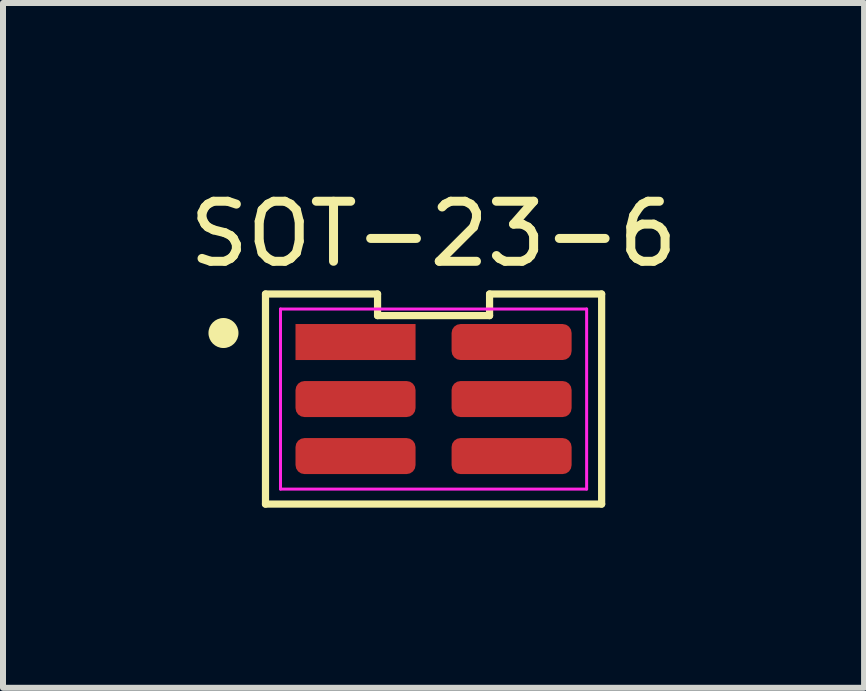
<source format=kicad_pcb>
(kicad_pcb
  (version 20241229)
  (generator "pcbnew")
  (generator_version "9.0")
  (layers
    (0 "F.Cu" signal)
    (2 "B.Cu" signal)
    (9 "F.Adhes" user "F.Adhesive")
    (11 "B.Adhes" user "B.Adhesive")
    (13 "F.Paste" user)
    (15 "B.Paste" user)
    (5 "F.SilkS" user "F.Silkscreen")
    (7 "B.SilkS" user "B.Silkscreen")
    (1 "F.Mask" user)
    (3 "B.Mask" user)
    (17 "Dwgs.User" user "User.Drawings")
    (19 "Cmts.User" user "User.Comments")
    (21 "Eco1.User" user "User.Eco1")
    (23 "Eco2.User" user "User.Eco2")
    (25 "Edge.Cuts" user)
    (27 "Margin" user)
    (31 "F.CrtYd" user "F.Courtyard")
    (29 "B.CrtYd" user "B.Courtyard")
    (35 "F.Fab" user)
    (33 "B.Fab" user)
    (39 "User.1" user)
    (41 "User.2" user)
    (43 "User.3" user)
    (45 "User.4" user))
  (footprint "SOT-23-6"
    (layer "F.Cu")
    (at 4.473 3.898)
    (property "Reference" "SOT-23-6" (at -0.3 -3.05 0) (layer "F.SilkS") (effects (font (size 1 1) (thickness 0.15))))
    (attr through_hole)
    (fp_line (start -3.1 -2.05) (end -3.1 1.45) (stroke (width 0.12) (type default)) (layer "F.SilkS"))
    (fp_line (start -3.1 1.45) (end 2.5 1.45) (stroke (width 0.12) (type default)) (layer "F.SilkS"))
    (fp_line (start -1.233 -2.05) (end -3.1 -2.05) (stroke (width 0.12) (type solid)) (layer "F.SilkS"))
    (fp_line (start -1.233 -1.69) (end -1.233 -2.05) (stroke (width 0.12) (type default)) (layer "F.SilkS"))
    (fp_line (start 0.633 -2.05) (end 0.633 -1.69) (stroke (width 0.12) (type default)) (layer "F.SilkS"))
    (fp_line (start 0.633 -1.69) (end -1.233 -1.69) (stroke (width 0.12) (type default)) (layer "F.SilkS"))
    (fp_line (start 2.5 -2.05) (end 0.633 -2.05) (stroke (width 0.12) (type default)) (layer "F.SilkS"))
    (fp_line (start 2.5 1.45) (end 2.5 -2.05) (stroke (width 0.12) (type default)) (layer "F.SilkS"))
    (fp_circle (center -3.8 -1.4) (end -3.6 -1.4) (stroke (width 0.1) (type solid)) (fill yes) (layer "F.SilkS"))
    (fp_line (start -2.85 -1.8) (end 2.25 -1.8) (stroke (width 0.05) (type default)) (layer "F.CrtYd"))
    (fp_line (start -2.85 1.2) (end -2.85 -1.8) (stroke (width 0.05) (type solid)) (layer "F.CrtYd"))
    (fp_line (start 2.25 -1.8) (end 2.25 1.2) (stroke (width 0.05) (type default)) (layer "F.CrtYd"))
    (fp_line (start 2.25 1.2) (end -2.85 1.2) (stroke (width 0.05) (type default)) (layer "F.CrtYd"))
    (pad "1" smd rect (at -1.6 -1.25 270) (size 0.6 2) (layers "F.Cu" "F.Mask" "F.Paste"))
    (pad "2" smd roundrect (at -1.6 -0.3 270) (size 0.6 2) (layers "F.Cu" "F.Mask" "F.Paste") (roundrect_rratio 0.25))
    (pad "3" smd roundrect (at -1.6 0.65 270) (size 0.6 2) (layers "F.Cu" "F.Mask" "F.Paste") (roundrect_rratio 0.25))
    (pad "4" smd roundrect (at 1 0.65 270) (size 0.6 2) (layers "F.Cu" "F.Mask" "F.Paste") (roundrect_rratio 0.25))
    (pad "5" smd roundrect (at 1 -0.3 270) (size 0.6 2) (layers "F.Cu" "F.Mask" "F.Paste") (roundrect_rratio 0.25))
    (pad "6" smd roundrect (at 1 -1.25 270) (size 0.6 2) (layers "F.Cu" "F.Mask" "F.Paste") (roundrect_rratio 0.25)))
  (gr_rect
    (start -3 -3)
    (end 11.345 8.408)
    (stroke (width 0.1) (type default))
    (fill no)
    (layer "Edge.Cuts")))
</source>
